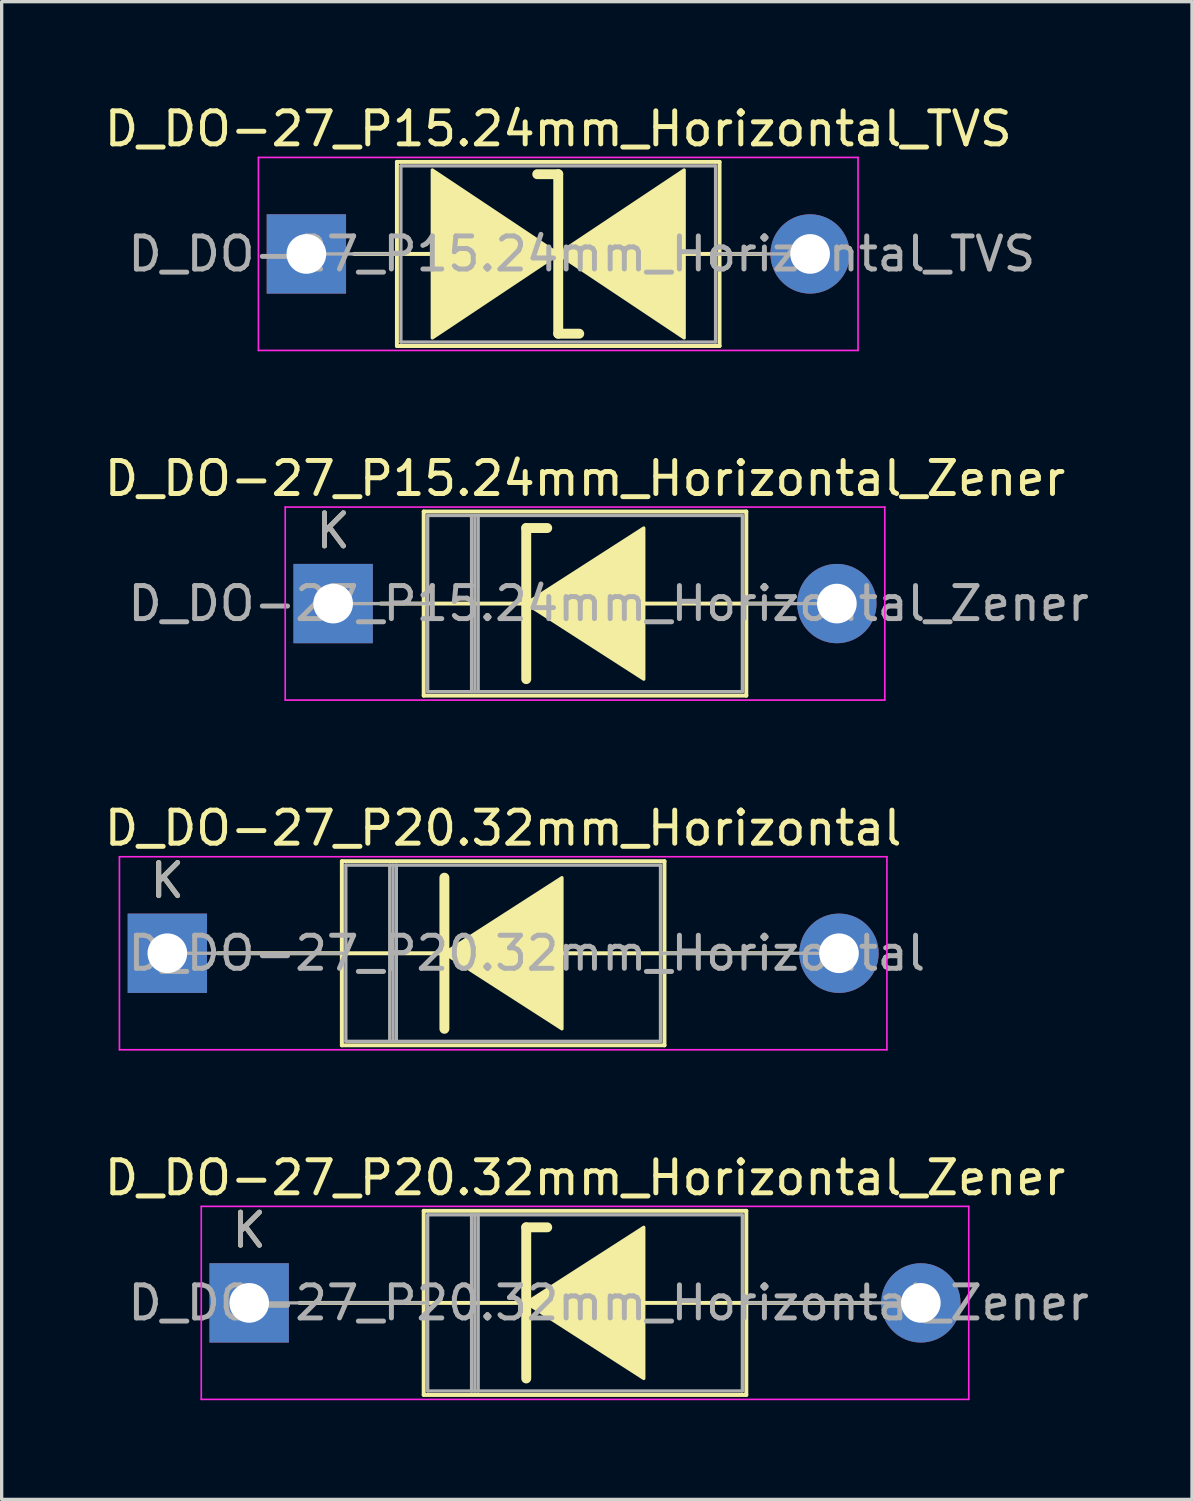
<source format=kicad_pcb>
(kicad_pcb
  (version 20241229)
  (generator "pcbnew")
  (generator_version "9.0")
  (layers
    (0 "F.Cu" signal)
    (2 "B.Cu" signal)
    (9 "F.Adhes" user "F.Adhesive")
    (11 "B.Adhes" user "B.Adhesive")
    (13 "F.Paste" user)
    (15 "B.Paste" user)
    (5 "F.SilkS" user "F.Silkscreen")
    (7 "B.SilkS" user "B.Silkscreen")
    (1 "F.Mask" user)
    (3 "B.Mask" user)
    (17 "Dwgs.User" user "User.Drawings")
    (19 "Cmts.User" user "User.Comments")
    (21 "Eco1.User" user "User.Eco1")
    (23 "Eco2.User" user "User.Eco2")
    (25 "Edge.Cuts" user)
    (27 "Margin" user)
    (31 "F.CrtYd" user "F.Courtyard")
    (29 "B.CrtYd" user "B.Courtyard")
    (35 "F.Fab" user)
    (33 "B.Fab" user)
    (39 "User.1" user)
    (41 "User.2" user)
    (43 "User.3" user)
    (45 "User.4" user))
  (footprint "D_DO-27_P15.24mm_Horizontal_TVS"
    (layer "F.Cu")
    (at 6.219 4.633)
    (property "Reference" "D_DO-27_P15.24mm_Horizontal_TVS" (at 7.62 -3.785 0) (layer "F.SilkS") (effects (font (size 1 1) (thickness 0.15))))
    (attr through_hole)
    (fp_line (start 1.44 0) (end 2.74 0) (stroke (width 0.12) (type solid)) (layer "F.SilkS"))
    (fp_line (start 2.74 -2.785) (end 2.74 2.785) (stroke (width 0.12) (type solid)) (layer "F.SilkS"))
    (fp_line (start 2.74 0) (end 3.81 0) (stroke (width 0.12) (type solid)) (layer "F.SilkS"))
    (fp_line (start 2.74 2.785) (end 12.5 2.785) (stroke (width 0.12) (type solid)) (layer "F.SilkS"))
    (fp_line (start 7.62 -2.413) (end 6.985 -2.413) (stroke (width 0.3) (type solid)) (layer "F.SilkS"))
    (fp_line (start 7.62 2.413) (end 7.62 -2.413) (stroke (width 0.3) (type solid)) (layer "F.SilkS"))
    (fp_line (start 8.255 2.413) (end 7.62 2.413) (stroke (width 0.3) (type solid)) (layer "F.SilkS"))
    (fp_line (start 11.43 0) (end 12.5 0) (stroke (width 0.12) (type solid)) (layer "F.SilkS"))
    (fp_line (start 12.5 -2.785) (end 2.74 -2.785) (stroke (width 0.12) (type solid)) (layer "F.SilkS"))
    (fp_line (start 12.5 2.785) (end 12.5 -2.785) (stroke (width 0.12) (type solid)) (layer "F.SilkS"))
    (fp_line (start 13.8 0) (end 12.5 0) (stroke (width 0.12) (type solid)) (layer "F.SilkS"))
    (fp_poly (pts (xy 7.62 0) (xy 3.81 2.54) (xy 3.81 -2.54)) (stroke (width 0.1) (type solid)) (fill yes) (layer "F.SilkS"))
    (fp_poly (pts (xy 7.62 0) (xy 11.43 -2.54) (xy 11.43 2.54)) (stroke (width 0.1) (type solid)) (fill yes) (layer "F.SilkS"))
    (fp_line (start -1.45 -2.92) (end -1.45 2.92) (stroke (width 0.05) (type solid)) (layer "F.CrtYd"))
    (fp_line (start -1.45 2.92) (end 16.69 2.92) (stroke (width 0.05) (type solid)) (layer "F.CrtYd"))
    (fp_line (start 16.69 -2.92) (end -1.45 -2.92) (stroke (width 0.05) (type solid)) (layer "F.CrtYd"))
    (fp_line (start 16.69 2.92) (end 16.69 -2.92) (stroke (width 0.05) (type solid)) (layer "F.CrtYd"))
    (fp_line (start 0 0) (end 2.86 0) (stroke (width 0.1) (type solid)) (layer "F.Fab"))
    (fp_line (start 2.86 -2.665) (end 2.86 2.665) (stroke (width 0.1) (type solid)) (layer "F.Fab"))
    (fp_line (start 2.86 2.665) (end 12.38 2.665) (stroke (width 0.1) (type solid)) (layer "F.Fab"))
    (fp_line (start 12.38 -2.665) (end 2.86 -2.665) (stroke (width 0.1) (type solid)) (layer "F.Fab"))
    (fp_line (start 12.38 2.665) (end 12.38 -2.665) (stroke (width 0.1) (type solid)) (layer "F.Fab"))
    (fp_line (start 15.24 0) (end 12.38 0) (stroke (width 0.1) (type solid)) (layer "F.Fab"))
    (fp_text user "${REFERENCE}" (at 8.334 0 0) (layer "F.Fab") (effects (font (size 1 1) (thickness 0.15))))
    (pad "1" thru_hole rect (at 0 0) (size 2.4 2.4) (drill 1.2) (layers "*.Cu" "*.Mask"))
    (pad "2" thru_hole oval (at 15.24 0) (size 2.4 2.4) (drill 1.2) (layers "*.Cu" "*.Mask")))
  (footprint "D_DO-27_P20.32mm_Horizontal_Zener"
    (layer "F.Cu")
    (at 4.489 36.368)
    (property "Reference" "D_DO-27_P20.32mm_Horizontal_Zener" (at 10.16 -3.785 0) (layer "F.SilkS") (effects (font (size 1 1) (thickness 0.15))))
    (attr through_hole)
    (fp_line (start 1.524 0) (end 5.28 0) (stroke (width 0.12) (type solid)) (layer "F.SilkS"))
    (fp_line (start 5.28 -2.785) (end 5.28 2.785) (stroke (width 0.12) (type solid)) (layer "F.SilkS"))
    (fp_line (start 5.28 2.785) (end 15.04 2.785) (stroke (width 0.12) (type solid)) (layer "F.SilkS"))
    (fp_line (start 8.382 -2.286) (end 8.382 2.286) (stroke (width 0.3) (type solid)) (layer "F.SilkS"))
    (fp_line (start 8.382 -2.286) (end 9.017 -2.286) (stroke (width 0.3) (type solid)) (layer "F.SilkS"))
    (fp_line (start 8.382 0) (end 5.28 0) (stroke (width 0.12) (type solid)) (layer "F.SilkS"))
    (fp_line (start 11.811 0) (end 15.04 0) (stroke (width 0.12) (type solid)) (layer "F.SilkS"))
    (fp_line (start 15.04 -2.785) (end 5.28 -2.785) (stroke (width 0.12) (type solid)) (layer "F.SilkS"))
    (fp_line (start 15.04 2.785) (end 15.04 -2.785) (stroke (width 0.12) (type solid)) (layer "F.SilkS"))
    (fp_line (start 18.796 0) (end 15.04 0) (stroke (width 0.12) (type solid)) (layer "F.SilkS"))
    (fp_poly (pts (xy 11.938 2.286) (xy 8.382 0) (xy 11.938 -2.286)) (stroke (width 0.1) (type solid)) (fill yes) (layer "F.SilkS"))
    (fp_line (start -1.45 -2.92) (end -1.45 2.92) (stroke (width 0.05) (type solid)) (layer "F.CrtYd"))
    (fp_line (start -1.45 2.92) (end 21.77 2.92) (stroke (width 0.05) (type solid)) (layer "F.CrtYd"))
    (fp_line (start 21.77 -2.92) (end -1.45 -2.92) (stroke (width 0.05) (type solid)) (layer "F.CrtYd"))
    (fp_line (start 21.77 2.92) (end 21.77 -2.92) (stroke (width 0.05) (type solid)) (layer "F.CrtYd"))
    (fp_line (start 0 0) (end 5.4 0) (stroke (width 0.1) (type solid)) (layer "F.Fab"))
    (fp_line (start 5.4 -2.665) (end 5.4 2.665) (stroke (width 0.1) (type solid)) (layer "F.Fab"))
    (fp_line (start 5.4 2.665) (end 14.92 2.665) (stroke (width 0.1) (type solid)) (layer "F.Fab"))
    (fp_line (start 6.728 -2.665) (end 6.728 2.665) (stroke (width 0.1) (type solid)) (layer "F.Fab"))
    (fp_line (start 6.828 -2.665) (end 6.828 2.665) (stroke (width 0.1) (type solid)) (layer "F.Fab"))
    (fp_line (start 6.928 -2.665) (end 6.928 2.665) (stroke (width 0.1) (type solid)) (layer "F.Fab"))
    (fp_line (start 14.92 -2.665) (end 5.4 -2.665) (stroke (width 0.1) (type solid)) (layer "F.Fab"))
    (fp_line (start 14.92 2.665) (end 14.92 -2.665) (stroke (width 0.1) (type solid)) (layer "F.Fab"))
    (fp_line (start 20.32 0) (end 14.92 0) (stroke (width 0.1) (type solid)) (layer "F.Fab"))
    (fp_text user "K" (at 0 -2.2 0) (layer "F.SilkS") (effects (font (size 1 1) (thickness 0.15))))
    (fp_text user "${REFERENCE}" (at 10.874 0 0) (layer "F.Fab") (effects (font (size 1 1) (thickness 0.15))))
    (fp_text user "K" (at 0 -2.2 0) (layer "F.Fab") (effects (font (size 1 1) (thickness 0.15))))
    (pad "1" thru_hole rect (at 0 0) (size 2.4 2.4) (drill 1.2) (layers "*.Cu" "*.Mask"))
    (pad "2" thru_hole oval (at 20.32 0) (size 2.4 2.4) (drill 1.2) (layers "*.Cu" "*.Mask")))
  (footprint "D_DO-27_P20.32mm_Horizontal"
    (layer "F.Cu")
    (at 2.013 25.79)
    (property "Reference" "D_DO-27_P20.32mm_Horizontal" (at 10.16 -3.785 0) (layer "F.SilkS") (effects (font (size 1 1) (thickness 0.15))))
    (attr through_hole)
    (fp_line (start 1.524 0) (end 5.28 0) (stroke (width 0.12) (type solid)) (layer "F.SilkS"))
    (fp_line (start 5.28 -2.785) (end 5.28 2.785) (stroke (width 0.12) (type solid)) (layer "F.SilkS"))
    (fp_line (start 5.28 2.785) (end 15.04 2.785) (stroke (width 0.12) (type solid)) (layer "F.SilkS"))
    (fp_line (start 8.382 -2.286) (end 8.382 2.286) (stroke (width 0.3) (type solid)) (layer "F.SilkS"))
    (fp_line (start 8.382 0) (end 5.28 0) (stroke (width 0.12) (type solid)) (layer "F.SilkS"))
    (fp_line (start 11.811 0) (end 15.04 0) (stroke (width 0.12) (type solid)) (layer "F.SilkS"))
    (fp_line (start 15.04 -2.785) (end 5.28 -2.785) (stroke (width 0.12) (type solid)) (layer "F.SilkS"))
    (fp_line (start 15.04 2.785) (end 15.04 -2.785) (stroke (width 0.12) (type solid)) (layer "F.SilkS"))
    (fp_line (start 18.796 0) (end 15.04 0) (stroke (width 0.12) (type solid)) (layer "F.SilkS"))
    (fp_poly (pts (xy 11.938 2.286) (xy 8.382 0) (xy 11.938 -2.286)) (stroke (width 0.1) (type solid)) (fill yes) (layer "F.SilkS"))
    (fp_line (start -1.45 -2.92) (end -1.45 2.92) (stroke (width 0.05) (type solid)) (layer "F.CrtYd"))
    (fp_line (start -1.45 2.92) (end 21.77 2.92) (stroke (width 0.05) (type solid)) (layer "F.CrtYd"))
    (fp_line (start 21.77 -2.92) (end -1.45 -2.92) (stroke (width 0.05) (type solid)) (layer "F.CrtYd"))
    (fp_line (start 21.77 2.92) (end 21.77 -2.92) (stroke (width 0.05) (type solid)) (layer "F.CrtYd"))
    (fp_line (start 0 0) (end 5.4 0) (stroke (width 0.1) (type solid)) (layer "F.Fab"))
    (fp_line (start 5.4 -2.665) (end 5.4 2.665) (stroke (width 0.1) (type solid)) (layer "F.Fab"))
    (fp_line (start 5.4 2.665) (end 14.92 2.665) (stroke (width 0.1) (type solid)) (layer "F.Fab"))
    (fp_line (start 6.728 -2.665) (end 6.728 2.665) (stroke (width 0.1) (type solid)) (layer "F.Fab"))
    (fp_line (start 6.828 -2.665) (end 6.828 2.665) (stroke (width 0.1) (type solid)) (layer "F.Fab"))
    (fp_line (start 6.928 -2.665) (end 6.928 2.665) (stroke (width 0.1) (type solid)) (layer "F.Fab"))
    (fp_line (start 14.92 -2.665) (end 5.4 -2.665) (stroke (width 0.1) (type solid)) (layer "F.Fab"))
    (fp_line (start 14.92 2.665) (end 14.92 -2.665) (stroke (width 0.1) (type solid)) (layer "F.Fab"))
    (fp_line (start 20.32 0) (end 14.92 0) (stroke (width 0.1) (type solid)) (layer "F.Fab"))
    (fp_text user "K" (at 0 -2.2 0) (layer "F.SilkS") (effects (font (size 1 1) (thickness 0.15))))
    (fp_text user "K" (at 0 -2.2 0) (layer "F.Fab") (effects (font (size 1 1) (thickness 0.15))))
    (fp_text user "${REFERENCE}" (at 10.874 0 0) (layer "F.Fab") (effects (font (size 1 1) (thickness 0.15))))
    (pad "1" thru_hole rect (at 0 0) (size 2.4 2.4) (drill 1.2) (layers "*.Cu" "*.Mask"))
    (pad "2" thru_hole oval (at 20.32 0) (size 2.4 2.4) (drill 1.2) (layers "*.Cu" "*.Mask")))
  (footprint "D_DO-27_P15.24mm_Horizontal_Zener"
    (layer "F.Cu")
    (at 7.029 15.211)
    (property "Reference" "D_DO-27_P15.24mm_Horizontal_Zener" (at 7.62 -3.785 0) (layer "F.SilkS") (effects (font (size 1 1) (thickness 0.15))))
    (attr through_hole)
    (fp_line (start 1.44 0) (end 2.74 0) (stroke (width 0.12) (type solid)) (layer "F.SilkS"))
    (fp_line (start 2.74 -2.785) (end 2.74 2.785) (stroke (width 0.12) (type solid)) (layer "F.SilkS"))
    (fp_line (start 2.74 2.785) (end 12.5 2.785) (stroke (width 0.12) (type solid)) (layer "F.SilkS"))
    (fp_line (start 5.842 -2.286) (end 5.842 2.286) (stroke (width 0.3) (type solid)) (layer "F.SilkS"))
    (fp_line (start 5.842 -2.286) (end 6.477 -2.286) (stroke (width 0.3) (type solid)) (layer "F.SilkS"))
    (fp_line (start 5.842 0) (end 2.74 0) (stroke (width 0.12) (type solid)) (layer "F.SilkS"))
    (fp_line (start 9.271 0) (end 12.5 0) (stroke (width 0.12) (type solid)) (layer "F.SilkS"))
    (fp_line (start 12.5 -2.785) (end 2.74 -2.785) (stroke (width 0.12) (type solid)) (layer "F.SilkS"))
    (fp_line (start 12.5 2.785) (end 12.5 -2.785) (stroke (width 0.12) (type solid)) (layer "F.SilkS"))
    (fp_line (start 13.8 0) (end 12.5 0) (stroke (width 0.12) (type solid)) (layer "F.SilkS"))
    (fp_poly (pts (xy 9.398 2.286) (xy 5.842 0) (xy 9.398 -2.286)) (stroke (width 0.1) (type solid)) (fill yes) (layer "F.SilkS"))
    (fp_line (start -1.45 -2.92) (end -1.45 2.92) (stroke (width 0.05) (type solid)) (layer "F.CrtYd"))
    (fp_line (start -1.45 2.92) (end 16.69 2.92) (stroke (width 0.05) (type solid)) (layer "F.CrtYd"))
    (fp_line (start 16.69 -2.92) (end -1.45 -2.92) (stroke (width 0.05) (type solid)) (layer "F.CrtYd"))
    (fp_line (start 16.69 2.92) (end 16.69 -2.92) (stroke (width 0.05) (type solid)) (layer "F.CrtYd"))
    (fp_line (start 0 0) (end 2.86 0) (stroke (width 0.1) (type solid)) (layer "F.Fab"))
    (fp_line (start 2.86 -2.665) (end 2.86 2.665) (stroke (width 0.1) (type solid)) (layer "F.Fab"))
    (fp_line (start 2.86 2.665) (end 12.38 2.665) (stroke (width 0.1) (type solid)) (layer "F.Fab"))
    (fp_line (start 4.188 -2.665) (end 4.188 2.665) (stroke (width 0.1) (type solid)) (layer "F.Fab"))
    (fp_line (start 4.288 -2.665) (end 4.288 2.665) (stroke (width 0.1) (type solid)) (layer "F.Fab"))
    (fp_line (start 4.388 -2.665) (end 4.388 2.665) (stroke (width 0.1) (type solid)) (layer "F.Fab"))
    (fp_line (start 12.38 -2.665) (end 2.86 -2.665) (stroke (width 0.1) (type solid)) (layer "F.Fab"))
    (fp_line (start 12.38 2.665) (end 12.38 -2.665) (stroke (width 0.1) (type solid)) (layer "F.Fab"))
    (fp_line (start 15.24 0) (end 12.38 0) (stroke (width 0.1) (type solid)) (layer "F.Fab"))
    (fp_text user "K" (at 0 -2.2 0) (layer "F.SilkS") (effects (font (size 1 1) (thickness 0.15))))
    (fp_text user "K" (at 0 -2.2 0) (layer "F.Fab") (effects (font (size 1 1) (thickness 0.15))))
    (fp_text user "${REFERENCE}" (at 8.334 0 0) (layer "F.Fab") (effects (font (size 1 1) (thickness 0.15))))
    (pad "1" thru_hole rect (at 0 0) (size 2.4 2.4) (drill 1.2) (layers "*.Cu" "*.Mask"))
    (pad "2" thru_hole oval (at 15.24 0) (size 2.4 2.4) (drill 1.2) (layers "*.Cu" "*.Mask")))
  (gr_rect
    (start -3 -3)
    (end 33.012 42.313)
    (stroke (width 0.1) (type default))
    (fill no)
    (layer "Edge.Cuts")))
</source>
